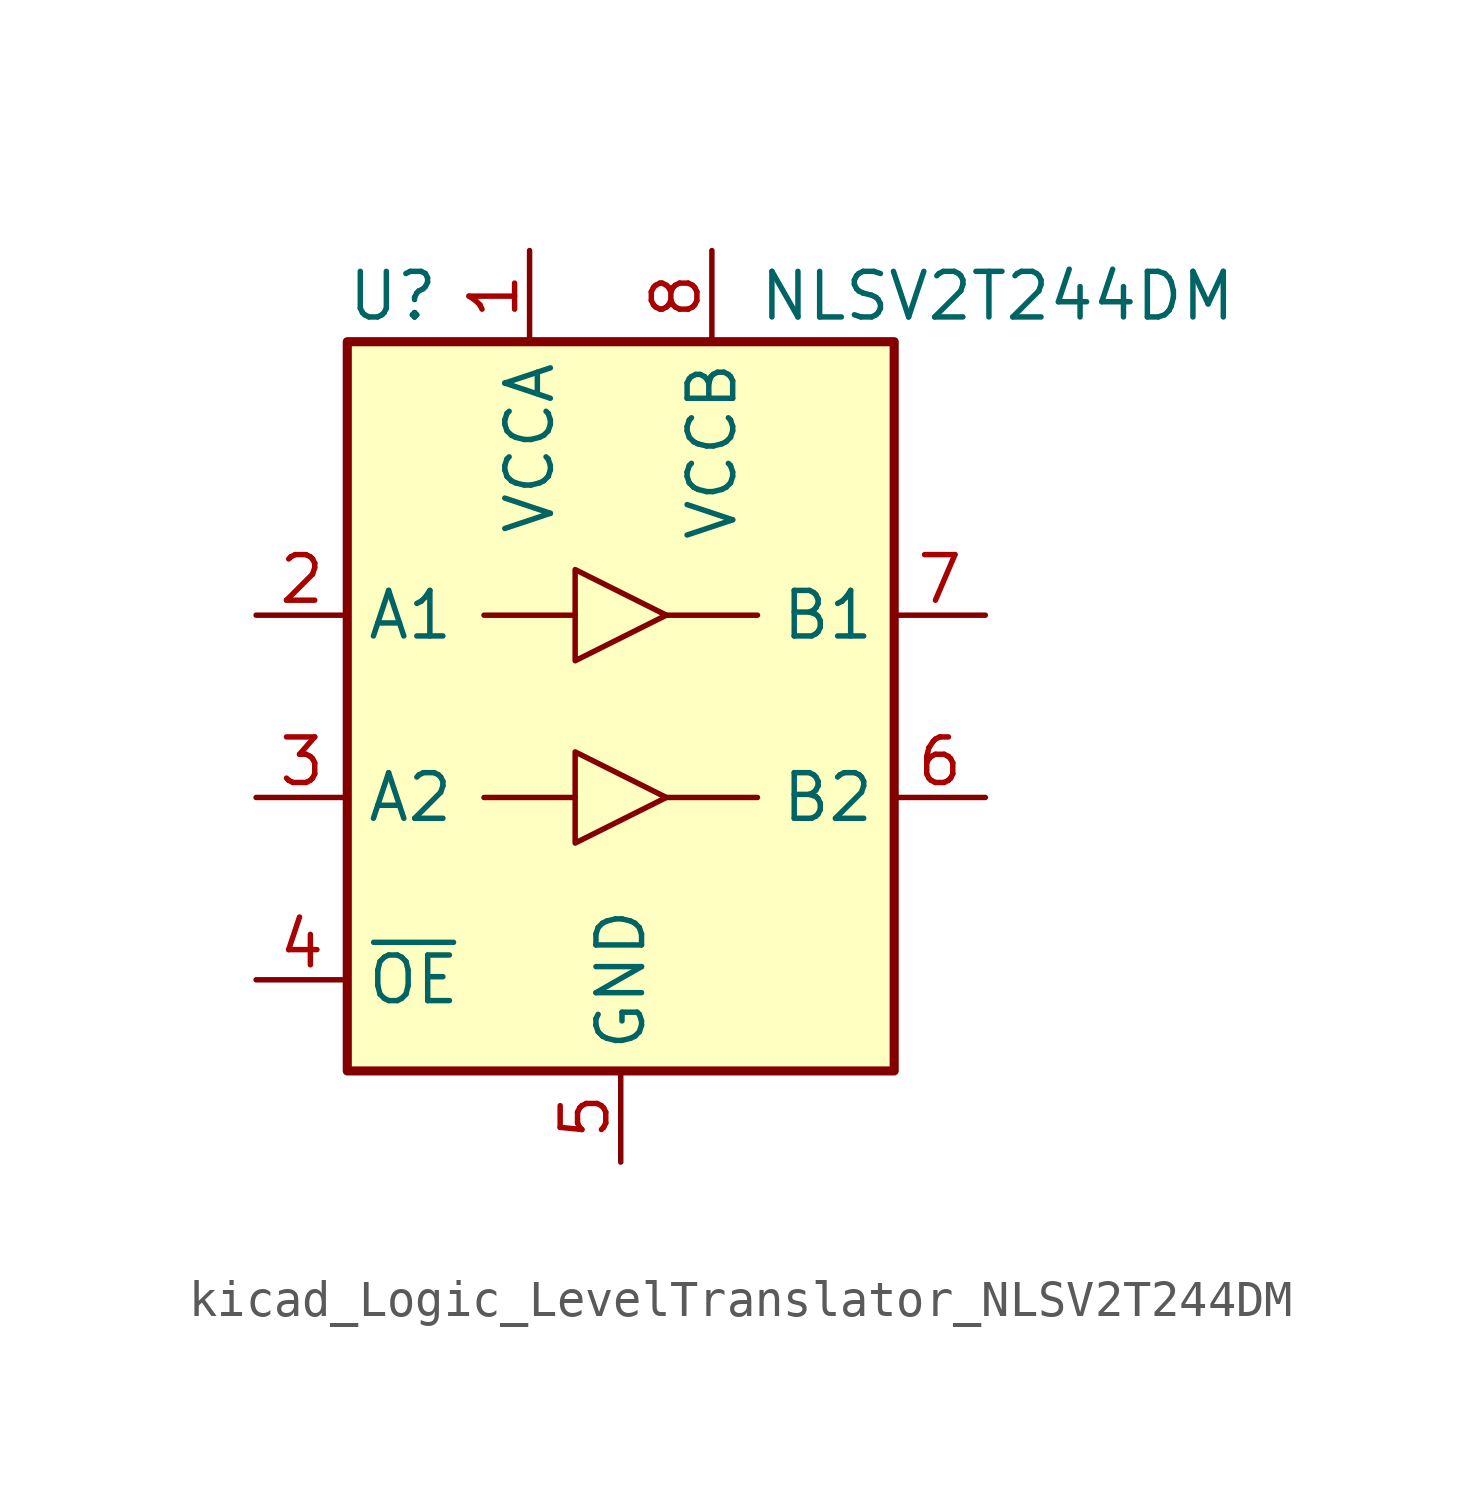
<source format=kicad_sym>
(kicad_symbol_lib
  (version 20220914)
  (generator kicad_symbol_editor)
  (symbol "kicad_Logic_LevelTranslator_NLSV2T244DM"
    (property "Reference" "U"
      (at -6.35 11.43 0)
      (effects (font (size 1.27 1.27))))
    (property "Value" "NLSV2T244DM"
      (at 3.81 11.43 0)
      (effects (font (size 1.27 1.27)) (justify left)))
    (symbol "kicad_Logic_LevelTranslator_NLSV2T244DM_0_1"
      (rectangle (start -7.62 10.16) (end 7.62 -10.16) (stroke (width 0.254) (type default)) (fill (type background)))
      (polyline (pts (xy -3.81 -2.54) (xy -1.27 -2.54)) (stroke (width 0) (type default)) (fill (type none)))
      (polyline (pts (xy -3.81 2.54) (xy -1.27 2.54)) (stroke (width 0) (type default)) (fill (type none)))
      (polyline (pts (xy 3.81 -2.54) (xy 1.27 -2.54)) (stroke (width 0) (type default)) (fill (type none)))
      (polyline (pts (xy 3.81 2.54) (xy 1.27 2.54)) (stroke (width 0) (type default)) (fill (type none)))
      (polyline (pts (xy -1.27 -3.81) (xy -1.27 -1.27) (xy 1.27 -2.54) (xy -1.27 -3.81)) (stroke (width 0) (type default)) (fill (type none)))
      (polyline (pts (xy -1.27 1.27) (xy -1.27 3.81) (xy 1.27 2.54) (xy -1.27 1.27)) (stroke (width 0) (type default)) (fill (type none))))
    (symbol "kicad_Logic_LevelTranslator_NLSV2T244DM_1_1"
      (pin power_in line (at -2.54 12.7 270) (length 2.54) (name "VCCA" (effects (font (size 1.27 1.27)))) (number "1" (effects (font (size 1.27 1.27)))))
      (pin input line (at -10.16 2.54 0) (length 2.54) (name "A1" (effects (font (size 1.27 1.27)))) (number "2" (effects (font (size 1.27 1.27)))))
      (pin input line (at -10.16 -2.54 0) (length 2.54) (name "A2" (effects (font (size 1.27 1.27)))) (number "3" (effects (font (size 1.27 1.27)))))
      (pin input line (at -10.16 -7.62 0) (length 2.54) (name "~{OE}" (effects (font (size 1.27 1.27)))) (number "4" (effects (font (size 1.27 1.27)))))
      (pin power_in line (at 0 -12.7 90) (length 2.54) (name "GND" (effects (font (size 1.27 1.27)))) (number "5" (effects (font (size 1.27 1.27)))))
      (pin output line (at 10.16 -2.54 180) (length 2.54) (name "B2" (effects (font (size 1.27 1.27)))) (number "6" (effects (font (size 1.27 1.27)))))
      (pin output line (at 10.16 2.54 180) (length 2.54) (name "B1" (effects (font (size 1.27 1.27)))) (number "7" (effects (font (size 1.27 1.27)))))
      (pin power_in line (at 2.54 12.7 270) (length 2.54) (name "VCCB" (effects (font (size 1.27 1.27)))) (number "8" (effects (font (size 1.27 1.27))))))))
</source>
